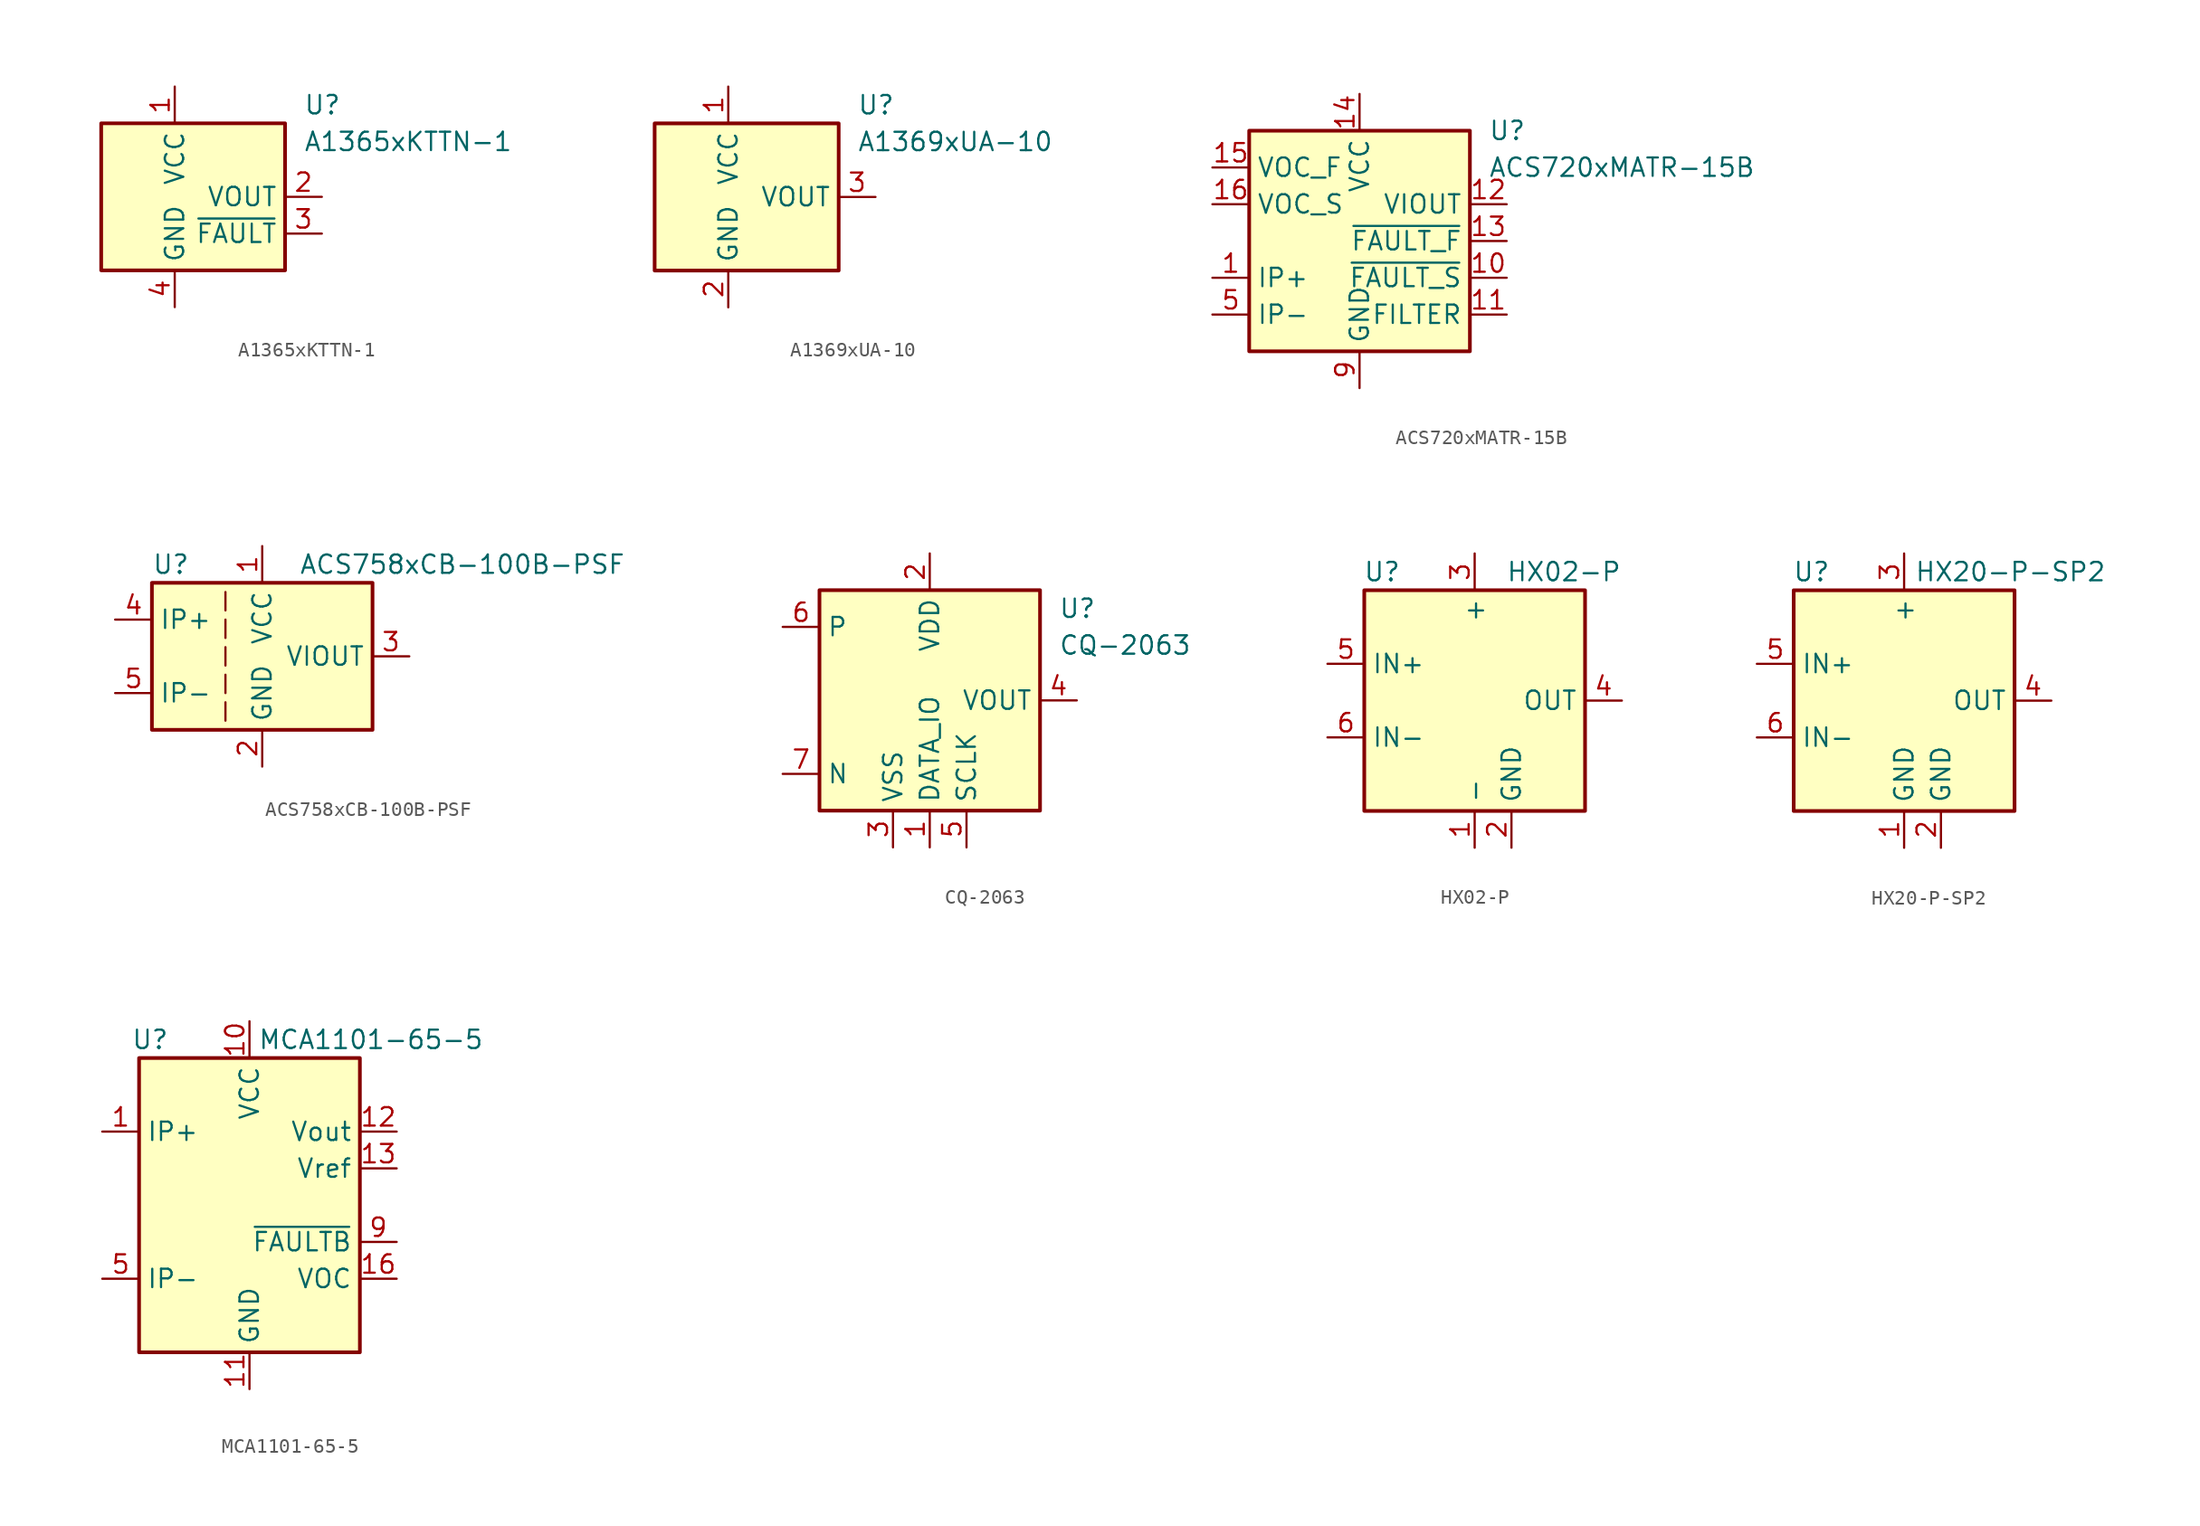
<source format=kicad_sym>
(kicad_symbol_lib
  (version 20231120)
  (generator "kicad_symbol_editor")
  (generator_version "8.0")
  (symbol "A1365xKTTN-1"
    (property "Reference" "U"
      (at 8.89 6.35 0)
      (effects (font (size 1.27 1.27)) (justify left)))
    (property "Value" "A1365xKTTN-1"
      (at 8.89 3.81 0)
      (effects (font (size 1.27 1.27)) (justify left)))
    (symbol "A1365xKTTN-1_0_1"
      (rectangle (start -5.08 5.08) (end 7.62 -5.08) (stroke (width 0.254) (type default)) (fill (type background))))
    (symbol "A1365xKTTN-1_1_1"
      (pin power_in line (at 0 7.62 270) (length 2.54) (name "VCC" (effects (font (size 1.27 1.27)))) (number "1" (effects (font (size 1.27 1.27)))))
      (pin output line (at 10.16 0 180) (length 2.54) (name "VOUT" (effects (font (size 1.27 1.27)))) (number "2" (effects (font (size 1.27 1.27)))))
      (pin output line (at 10.16 -2.54 180) (length 2.54) (name "~{FAULT}" (effects (font (size 1.27 1.27)))) (number "3" (effects (font (size 1.27 1.27)))))
      (pin power_in line (at 0 -7.62 90) (length 2.54) (name "GND" (effects (font (size 1.27 1.27)))) (number "4" (effects (font (size 1.27 1.27)))))))
  (symbol "A1369xUA-10"
    (property "Reference" "U"
      (at 8.89 6.35 0)
      (effects (font (size 1.27 1.27)) (justify left)))
    (property "Value" "A1369xUA-10"
      (at 8.89 3.81 0)
      (effects (font (size 1.27 1.27)) (justify left)))
    (symbol "A1369xUA-10_0_1"
      (rectangle (start -5.08 5.08) (end 7.62 -5.08) (stroke (width 0.254) (type default)) (fill (type background))))
    (symbol "A1369xUA-10_1_1"
      (pin power_in line (at 0 7.62 270) (length 2.54) (name "VCC" (effects (font (size 1.27 1.27)))) (number "1" (effects (font (size 1.27 1.27)))))
      (pin power_in line (at 0 -7.62 90) (length 2.54) (name "GND" (effects (font (size 1.27 1.27)))) (number "2" (effects (font (size 1.27 1.27)))))
      (pin output line (at 10.16 0 180) (length 2.54) (name "VOUT" (effects (font (size 1.27 1.27)))) (number "3" (effects (font (size 1.27 1.27)))))))
  (symbol "ACS720xMATR-15B"
    (property "Reference" "U"
      (at 8.89 7.62 0)
      (effects (font (size 1.27 1.27)) (justify left)))
    (property "Value" "ACS720xMATR-15B"
      (at 8.89 5.08 0)
      (effects (font (size 1.27 1.27)) (justify left)))
    (symbol "ACS720xMATR-15B_0_1"
      (rectangle (start -7.62 7.62) (end 7.62 -7.62) (stroke (width 0.254) (type default)) (fill (type background))))
    (symbol "ACS720xMATR-15B_1_1"
      (pin passive line (at -10.16 -2.54 0) (length 2.54) (name "IP+" (effects (font (size 1.27 1.27)))) (number "1" (effects (font (size 1.27 1.27)))))
      (pin open_collector line (at 10.16 -2.54 180) (length 2.54) (name "~{FAULT_S}" (effects (font (size 1.27 1.27)))) (number "10" (effects (font (size 1.27 1.27)))))
      (pin passive line (at 10.16 -5.08 180) (length 2.54) (name "FILTER" (effects (font (size 1.27 1.27)))) (number "11" (effects (font (size 1.27 1.27)))))
      (pin output line (at 10.16 2.54 180) (length 2.54) (name "VIOUT" (effects (font (size 1.27 1.27)))) (number "12" (effects (font (size 1.27 1.27)))))
      (pin open_collector line (at 10.16 0 180) (length 2.54) (name "~{FAULT_F}" (effects (font (size 1.27 1.27)))) (number "13" (effects (font (size 1.27 1.27)))))
      (pin power_in line (at 0 10.16 270) (length 2.54) (name "VCC" (effects (font (size 1.27 1.27)))) (number "14" (effects (font (size 1.27 1.27)))))
      (pin input line (at -10.16 5.08 0) (length 2.54) (name "VOC_F" (effects (font (size 1.27 1.27)))) (number "15" (effects (font (size 1.27 1.27)))))
      (pin input line (at -10.16 2.54 0) (length 2.54) (name "VOC_S" (effects (font (size 1.27 1.27)))) (number "16" (effects (font (size 1.27 1.27)))))
      (pin passive line (at -10.16 -2.54 0) (length 2.54) hide (name "IP+" (effects (font (size 1.27 1.27)))) (number "2" (effects (font (size 1.27 1.27)))))
      (pin passive line (at -10.16 -2.54 0) (length 2.54) hide (name "IP+" (effects (font (size 1.27 1.27)))) (number "3" (effects (font (size 1.27 1.27)))))
      (pin passive line (at -10.16 -2.54 0) (length 2.54) hide (name "IP+" (effects (font (size 1.27 1.27)))) (number "4" (effects (font (size 1.27 1.27)))))
      (pin passive line (at -10.16 -5.08 0) (length 2.54) (name "IP-" (effects (font (size 1.27 1.27)))) (number "5" (effects (font (size 1.27 1.27)))))
      (pin passive line (at -10.16 -5.08 0) (length 2.54) hide (name "IP-" (effects (font (size 1.27 1.27)))) (number "6" (effects (font (size 1.27 1.27)))))
      (pin passive line (at -10.16 -5.08 0) (length 2.54) hide (name "IP-" (effects (font (size 1.27 1.27)))) (number "7" (effects (font (size 1.27 1.27)))))
      (pin passive line (at -10.16 -5.08 0) (length 2.54) hide (name "IP-" (effects (font (size 1.27 1.27)))) (number "8" (effects (font (size 1.27 1.27)))))
      (pin power_in line (at 0 -10.16 90) (length 2.54) (name "GND" (effects (font (size 1.27 1.27)))) (number "9" (effects (font (size 1.27 1.27)))))))
  (symbol "ACS758xCB-100B-PSF"
    (property "Reference" "U"
      (at -7.62 6.35 0)
      (effects (font (size 1.27 1.27)) (justify left)))
    (property "Value" "ACS758xCB-100B-PSF"
      (at 2.54 6.35 0)
      (effects (font (size 1.27 1.27)) (justify left)))
    (symbol "ACS758xCB-100B-PSF_0_1"
      (rectangle (start -7.62 5.08) (end 7.62 -5.08) (stroke (width 0.254) (type default)) (fill (type background)))
      (polyline (pts (xy -2.54 -3.175) (xy -2.54 -4.445)) (stroke (width 0) (type default)) (fill (type none)))
      (polyline (pts (xy -2.54 -1.27) (xy -2.54 -2.54)) (stroke (width 0) (type default)) (fill (type none)))
      (polyline (pts (xy -2.54 0.635) (xy -2.54 -0.635)) (stroke (width 0) (type default)) (fill (type none)))
      (polyline (pts (xy -2.54 1.27) (xy -2.54 2.54)) (stroke (width 0) (type default)) (fill (type none)))
      (polyline (pts (xy -2.54 3.175) (xy -2.54 4.445)) (stroke (width 0) (type default)) (fill (type none))))
    (symbol "ACS758xCB-100B-PSF_1_1"
      (pin power_in line (at 0 7.62 270) (length 2.54) (name "VCC" (effects (font (size 1.27 1.27)))) (number "1" (effects (font (size 1.27 1.27)))))
      (pin power_in line (at 0 -7.62 90) (length 2.54) (name "GND" (effects (font (size 1.27 1.27)))) (number "2" (effects (font (size 1.27 1.27)))))
      (pin output line (at 10.16 0 180) (length 2.54) (name "VIOUT" (effects (font (size 1.27 1.27)))) (number "3" (effects (font (size 1.27 1.27)))))
      (pin passive line (at -10.16 2.54 0) (length 2.54) (name "IP+" (effects (font (size 1.27 1.27)))) (number "4" (effects (font (size 1.27 1.27)))))
      (pin passive line (at -10.16 -2.54 0) (length 2.54) (name "IP-" (effects (font (size 1.27 1.27)))) (number "5" (effects (font (size 1.27 1.27)))))))
  (symbol "CQ-2063"
    (property "Reference" "U"
      (at 8.89 6.35 0)
      (effects (font (size 1.27 1.27)) (justify left)))
    (property "Value" "CQ-2063"
      (at 8.89 3.81 0)
      (effects (font (size 1.27 1.27)) (justify left)))
    (symbol "CQ-2063_0_1"
      (rectangle (start -7.62 7.62) (end 7.62 -7.62) (stroke (width 0.254) (type default)) (fill (type background))))
    (symbol "CQ-2063_1_1"
      (pin power_in line (at 0 -10.16 90) (length 2.54) (name "DATA_IO" (effects (font (size 1.27 1.27)))) (number "1" (effects (font (size 1.27 1.27)))))
      (pin power_in line (at 0 10.16 270) (length 2.54) (name "VDD" (effects (font (size 1.27 1.27)))) (number "2" (effects (font (size 1.27 1.27)))))
      (pin power_in line (at -2.54 -10.16 90) (length 2.54) (name "VSS" (effects (font (size 1.27 1.27)))) (number "3" (effects (font (size 1.27 1.27)))))
      (pin output line (at 10.16 0 180) (length 2.54) (name "VOUT" (effects (font (size 1.27 1.27)))) (number "4" (effects (font (size 1.27 1.27)))))
      (pin power_in line (at 2.54 -10.16 90) (length 2.54) (name "SCLK" (effects (font (size 1.27 1.27)))) (number "5" (effects (font (size 1.27 1.27)))))
      (pin passive line (at -10.16 5.08 0) (length 2.54) (name "P" (effects (font (size 1.27 1.27)))) (number "6" (effects (font (size 1.27 1.27)))))
      (pin passive line (at -10.16 -5.08 0) (length 2.54) (name "N" (effects (font (size 1.27 1.27)))) (number "7" (effects (font (size 1.27 1.27)))))))
  (symbol "HX02-P"
    (property "Reference" "U"
      (at -5.08 8.89 0)
      (effects (font (size 1.27 1.27)) (justify right)))
    (property "Value" "HX02-P"
      (at 10.16 8.89 0)
      (effects (font (size 1.27 1.27)) (justify right)))
    (symbol "HX02-P_0_1"
      (rectangle (start -7.62 7.62) (end 7.62 -7.62) (stroke (width 0.254) (type default)) (fill (type background))))
    (symbol "HX02-P_1_1"
      (pin power_in line (at 0 -10.16 90) (length 2.54) (name "-" (effects (font (size 1.27 1.27)))) (number "1" (effects (font (size 1.27 1.27)))))
      (pin power_in line (at 2.54 -10.16 90) (length 2.54) (name "GND" (effects (font (size 1.27 1.27)))) (number "2" (effects (font (size 1.27 1.27)))))
      (pin power_in line (at 0 10.16 270) (length 2.54) (name "+" (effects (font (size 1.27 1.27)))) (number "3" (effects (font (size 1.27 1.27)))))
      (pin output line (at 10.16 0 180) (length 2.54) (name "OUT" (effects (font (size 1.27 1.27)))) (number "4" (effects (font (size 1.27 1.27)))))
      (pin passive line (at -10.16 2.54 0) (length 2.54) (name "IN+" (effects (font (size 1.27 1.27)))) (number "5" (effects (font (size 1.27 1.27)))))
      (pin passive line (at -10.16 -2.54 0) (length 2.54) (name "IN-" (effects (font (size 1.27 1.27)))) (number "6" (effects (font (size 1.27 1.27)))))))
  (symbol "HX20-P-SP2"
    (property "Reference" "U"
      (at -5.08 8.89 0)
      (effects (font (size 1.27 1.27)) (justify right)))
    (property "Value" "HX20-P-SP2"
      (at 13.97 8.89 0)
      (effects (font (size 1.27 1.27)) (justify right)))
    (symbol "HX20-P-SP2_0_1"
      (rectangle (start -7.62 7.62) (end 7.62 -7.62) (stroke (width 0.254) (type default)) (fill (type background))))
    (symbol "HX20-P-SP2_1_1"
      (pin power_in line (at 0 -10.16 90) (length 2.54) (name "GND" (effects (font (size 1.27 1.27)))) (number "1" (effects (font (size 1.27 1.27)))))
      (pin power_in line (at 2.54 -10.16 90) (length 2.54) (name "GND" (effects (font (size 1.27 1.27)))) (number "2" (effects (font (size 1.27 1.27)))))
      (pin power_in line (at 0 10.16 270) (length 2.54) (name "+" (effects (font (size 1.27 1.27)))) (number "3" (effects (font (size 1.27 1.27)))))
      (pin output line (at 10.16 0 180) (length 2.54) (name "OUT" (effects (font (size 1.27 1.27)))) (number "4" (effects (font (size 1.27 1.27)))))
      (pin passive line (at -10.16 2.54 0) (length 2.54) (name "IN+" (effects (font (size 1.27 1.27)))) (number "5" (effects (font (size 1.27 1.27)))))
      (pin passive line (at -10.16 -2.54 0) (length 2.54) (name "IN-" (effects (font (size 1.27 1.27)))) (number "6" (effects (font (size 1.27 1.27)))))))
  (symbol "MCA1101-65-5"
    (property "Reference" "U"
      (at -6.858 11.43 0)
      (effects (font (size 1.27 1.27))))
    (property "Value" "MCA1101-65-5"
      (at 8.382 11.43 0)
      (effects (font (size 1.27 1.27))))
    (symbol "MCA1101-65-5_1_1"
      (rectangle (start -7.62 10.16) (end 7.62 -10.16) (stroke (width 0.254) (type default)) (fill (type background)))
      (pin input line (at -10.16 5.08 0) (length 2.54) (name "IP+" (effects (font (size 1.27 1.27)))) (number "1" (effects (font (size 1.27 1.27)))))
      (pin power_in line (at 0 12.7 270) (length 2.54) (name "VCC" (effects (font (size 1.27 1.27)))) (number "10" (effects (font (size 1.27 1.27)))))
      (pin power_in line (at 0 -12.7 90) (length 2.54) (name "GND" (effects (font (size 1.27 1.27)))) (number "11" (effects (font (size 1.27 1.27)))))
      (pin output line (at 10.16 5.08 180) (length 2.54) (name "Vout" (effects (font (size 1.27 1.27)))) (number "12" (effects (font (size 1.27 1.27)))))
      (pin output line (at 10.16 2.54 180) (length 2.54) (name "Vref" (effects (font (size 1.27 1.27)))) (number "13" (effects (font (size 1.27 1.27)))))
      (pin passive line (at 0 -12.7 90) (length 2.54) hide (name "GND" (effects (font (size 1.27 1.27)))) (number "14" (effects (font (size 1.27 1.27)))))
      (pin passive line (at 0 -12.7 90) (length 2.54) hide (name "GND" (effects (font (size 1.27 1.27)))) (number "15" (effects (font (size 1.27 1.27)))))
      (pin input line (at 10.16 -5.08 180) (length 2.54) (name "VOC" (effects (font (size 1.27 1.27)))) (number "16" (effects (font (size 1.27 1.27)))))
      (pin input line (at -10.16 5.08 0) (length 2.54) hide (name "IP+" (effects (font (size 1.27 1.27)))) (number "2" (effects (font (size 1.27 1.27)))))
      (pin input line (at -10.16 5.08 0) (length 2.54) hide (name "IP+" (effects (font (size 1.27 1.27)))) (number "3" (effects (font (size 1.27 1.27)))))
      (pin input line (at -10.16 5.08 0) (length 2.54) hide (name "IP+" (effects (font (size 1.27 1.27)))) (number "4" (effects (font (size 1.27 1.27)))))
      (pin input line (at -10.16 -5.08 0) (length 2.54) (name "IP-" (effects (font (size 1.27 1.27)))) (number "5" (effects (font (size 1.27 1.27)))))
      (pin input line (at -10.16 -5.08 0) (length 2.54) hide (name "IP-" (effects (font (size 1.27 1.27)))) (number "6" (effects (font (size 1.27 1.27)))))
      (pin input line (at -10.16 -5.08 0) (length 2.54) hide (name "IP-" (effects (font (size 1.27 1.27)))) (number "7" (effects (font (size 1.27 1.27)))))
      (pin input line (at -10.16 -5.08 0) (length 2.54) hide (name "IP-" (effects (font (size 1.27 1.27)))) (number "8" (effects (font (size 1.27 1.27)))))
      (pin open_collector line (at 10.16 -2.54 180) (length 2.54) (name "~{FAULTB}" (effects (font (size 1.27 1.27)))) (number "9" (effects (font (size 1.27 1.27))))))))
</source>
